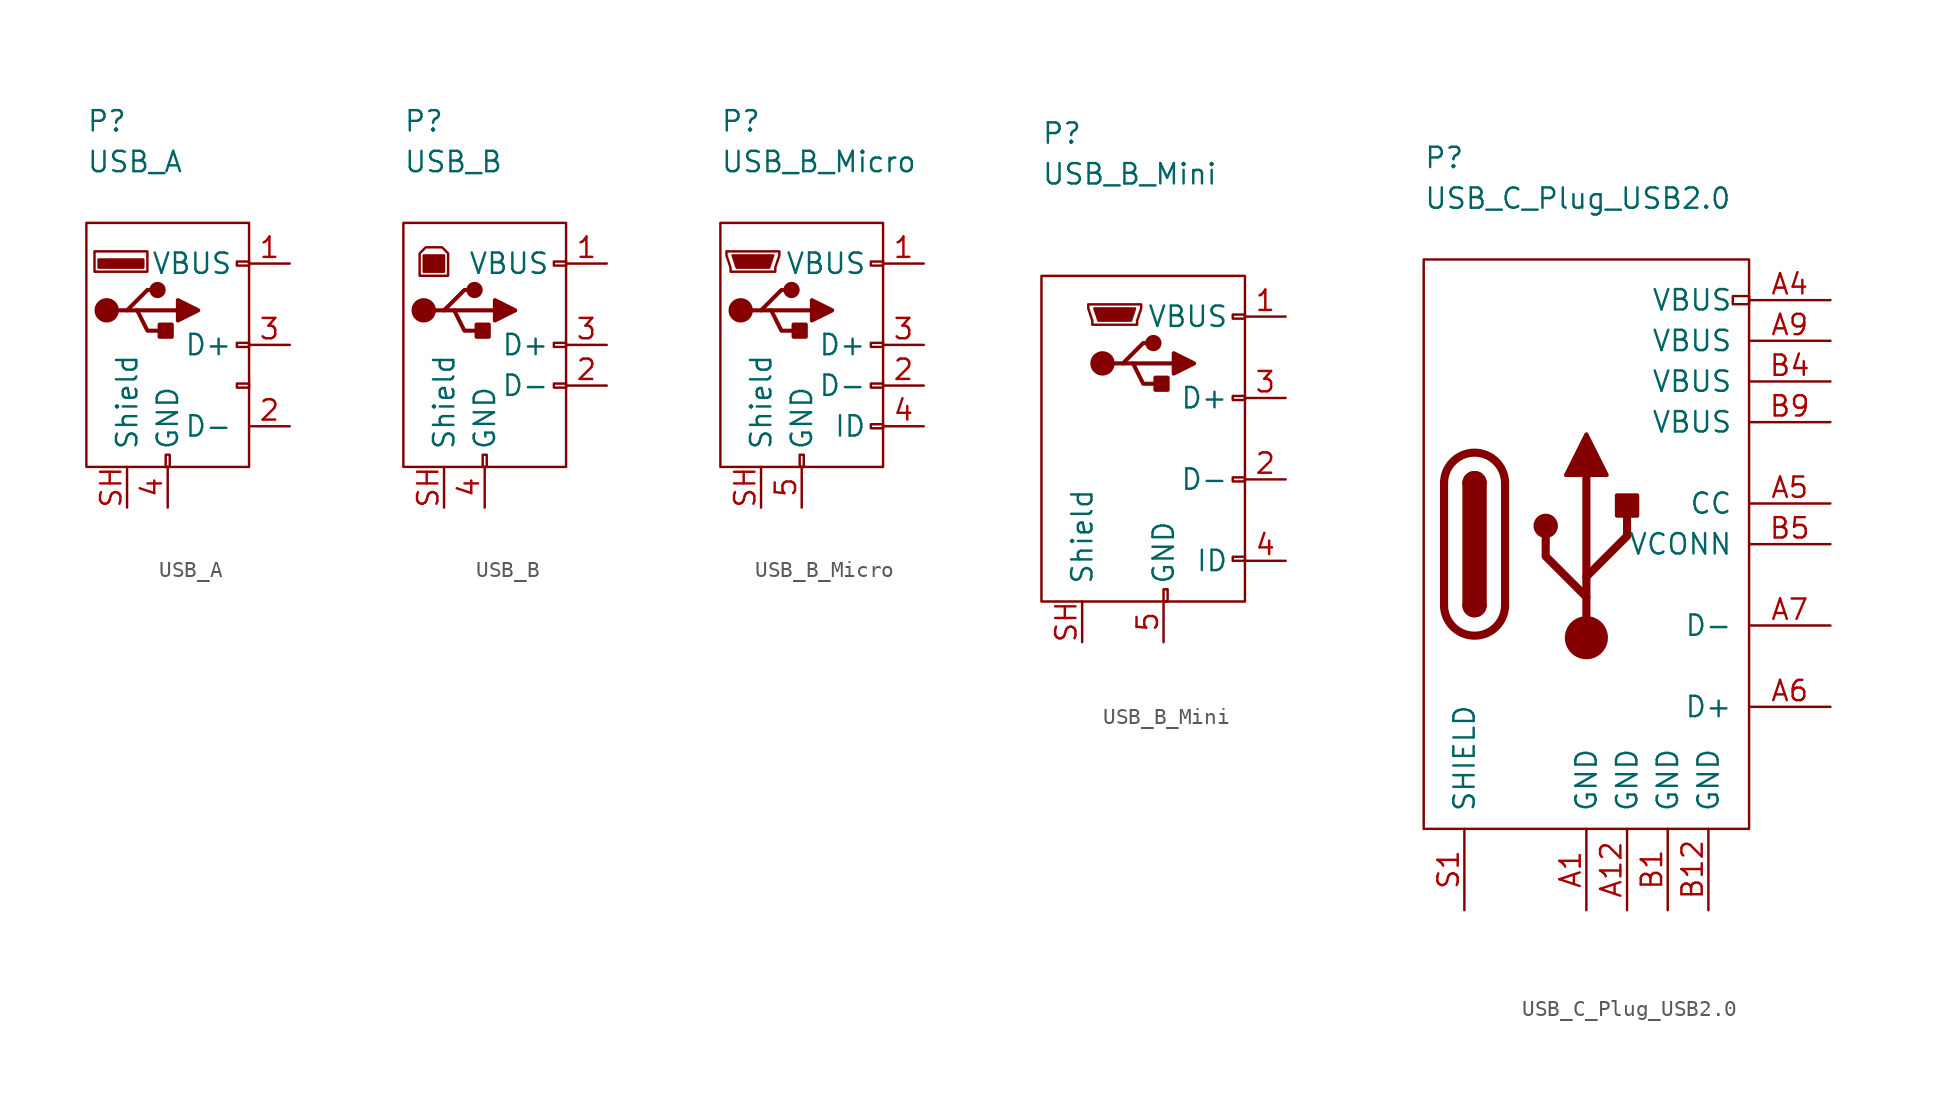
<source format=kicad_sym>
(kicad_symbol_lib
  (version 20211014)
  (generator kicad_symbol_editor)
  (symbol "USB_A"
    (pin_names
      (offset 1.016))
    (property "Reference" "P"
      (at 0 6.35 0)
      (effects (font (size 1.27 1.27)) (justify left)))
    (property "Value" "USB_A"
      (at 0 3.81 0)
      (effects (font (size 1.27 1.27)) (justify left)))
    (symbol "USB_A_0_1"
      (rectangle (start 0 -15.24) (end 10.16 0) (stroke (width 0.152) (type default) (color 0 0 0 0)) (fill (type none)))
      (polyline (pts (xy 1.905 -5.461) (xy 2.54 -5.461) (xy 3.81 -4.191) (xy 4.445 -4.191)) (stroke (width 0.254) (type default) (color 0 0 0 0)) (fill (type none)))
      (polyline (pts (xy 2.54 -5.461) (xy 3.175 -5.461) (xy 3.81 -6.731) (xy 5.08 -6.731)) (stroke (width 0.254) (type default) (color 0 0 0 0)) (fill (type none)))
      (polyline (pts (xy 5.715 -4.826) (xy 5.715 -6.096) (xy 6.985 -5.461) (xy 5.715 -4.826)) (stroke (width 0.254) (type default) (color 0 0 0 0)) (fill (type outline)))
      (circle (center 1.27 -5.461) (radius 0.635) (stroke (width 0.254) (type default) (color 0 0 0 0)) (fill (type outline)))
      (rectangle (start 3.556 -2.794) (end 0.762 -2.286) (stroke (width 0) (type default) (color 0 0 0 0)) (fill (type outline)))
      (rectangle (start 3.81 -3.048) (end 0.508 -1.778) (stroke (width 0) (type default) (color 0 0 0 0)) (fill (type none)))
      (circle (center 4.445 -4.191) (radius 0.381) (stroke (width 0.254) (type default) (color 0 0 0 0)) (fill (type outline)))
      (rectangle (start 4.953 -15.24) (end 5.207 -14.478) (stroke (width 0) (type default) (color 0 0 0 0)) (fill (type none)))
      (rectangle (start 5.334 -6.35) (end 4.572 -7.112) (stroke (width 0.254) (type default) (color 0 0 0 0)) (fill (type outline)))
      (rectangle (start 10.16 -10.287) (end 9.398 -10.033) (stroke (width 0) (type default) (color 0 0 0 0)) (fill (type none)))
      (rectangle (start 10.16 -7.747) (end 9.398 -7.493) (stroke (width 0) (type default) (color 0 0 0 0)) (fill (type none)))
      (rectangle (start 10.16 -2.667) (end 9.398 -2.413) (stroke (width 0) (type default) (color 0 0 0 0)) (fill (type none))))
    (symbol "USB_A_1_1"
      (polyline (pts (xy 3.175 -5.461) (xy 5.715 -5.461)) (stroke (width 0.254) (type default) (color 0 0 0 0)) (fill (type none)))
      (pin passive line (at 12.7 -2.54 180) (length 2.54) (name "VBUS" (effects (font (size 1.27 1.27)))) (number "1" (effects (font (size 1.27 1.27)))))
      (pin bidirectional line (at 12.7 -12.7 180) (length 2.54) (name "D-" (effects (font (size 1.27 1.27)))) (number "2" (effects (font (size 1.27 1.27)))))
      (pin bidirectional line (at 12.7 -7.62 180) (length 2.54) (name "D+" (effects (font (size 1.27 1.27)))) (number "3" (effects (font (size 1.27 1.27)))))
      (pin power_in line (at 5.08 -17.78 90) (length 2.54) (name "GND" (effects (font (size 1.27 1.27)))) (number "4" (effects (font (size 1.27 1.27)))))
      (pin passive line (at 2.54 -17.78 90) (length 2.54) (name "Shield" (effects (font (size 1.27 1.27)))) (number "SH" (effects (font (size 1.27 1.27)))))))
  (symbol "USB_B"
    (pin_names
      (offset 1.016))
    (property "Reference" "P"
      (at 0 6.35 0)
      (effects (font (size 1.27 1.27)) (justify left)))
    (property "Value" "USB_B"
      (at 0 3.81 0)
      (effects (font (size 1.27 1.27)) (justify left)))
    (symbol "USB_B_0_1"
      (rectangle (start 0 -15.24) (end 10.16 0) (stroke (width 0.152) (type default) (color 0 0 0 0)) (fill (type none)))
      (polyline (pts (xy 3.175 -5.461) (xy 5.715 -5.461)) (stroke (width 0.254) (type default) (color 0 0 0 0)) (fill (type none)))
      (polyline (pts (xy 1.905 -5.461) (xy 2.54 -5.461) (xy 3.81 -4.191) (xy 4.445 -4.191)) (stroke (width 0.254) (type default) (color 0 0 0 0)) (fill (type none)))
      (polyline (pts (xy 2.54 -5.461) (xy 3.175 -5.461) (xy 3.81 -6.731) (xy 5.08 -6.731)) (stroke (width 0.254) (type default) (color 0 0 0 0)) (fill (type none)))
      (polyline (pts (xy 5.715 -4.826) (xy 5.715 -6.096) (xy 6.985 -5.461) (xy 5.715 -4.826)) (stroke (width 0.254) (type default) (color 0 0 0 0)) (fill (type outline)))
      (polyline (pts (xy 1.016 -3.302) (xy 2.794 -3.302) (xy 2.794 -1.905) (xy 2.413 -1.524) (xy 1.397 -1.524) (xy 1.016 -1.905) (xy 1.016 -3.302)) (stroke (width 0) (type default) (color 0 0 0 0)) (fill (type none)))
      (circle (center 1.27 -5.461) (radius 0.635) (stroke (width 0.254) (type default) (color 0 0 0 0)) (fill (type outline)))
      (rectangle (start 1.27 -2.032) (end 2.54 -3.048) (stroke (width 0) (type default) (color 0 0 0 0)) (fill (type outline)))
      (circle (center 4.445 -4.191) (radius 0.381) (stroke (width 0.254) (type default) (color 0 0 0 0)) (fill (type outline)))
      (rectangle (start 4.953 -15.24) (end 5.207 -14.478) (stroke (width 0) (type default) (color 0 0 0 0)) (fill (type none)))
      (rectangle (start 5.334 -6.35) (end 4.572 -7.112) (stroke (width 0.254) (type default) (color 0 0 0 0)) (fill (type outline)))
      (rectangle (start 10.16 -10.287) (end 9.398 -10.033) (stroke (width 0) (type default) (color 0 0 0 0)) (fill (type none)))
      (rectangle (start 10.16 -7.747) (end 9.398 -7.493) (stroke (width 0) (type default) (color 0 0 0 0)) (fill (type none)))
      (rectangle (start 10.16 -2.667) (end 9.398 -2.413) (stroke (width 0) (type default) (color 0 0 0 0)) (fill (type none))))
    (symbol "USB_B_1_1"
      (pin power_out line (at 12.7 -2.54 180) (length 2.54) (name "VBUS" (effects (font (size 1.27 1.27)))) (number "1" (effects (font (size 1.27 1.27)))))
      (pin bidirectional line (at 12.7 -10.16 180) (length 2.54) (name "D-" (effects (font (size 1.27 1.27)))) (number "2" (effects (font (size 1.27 1.27)))))
      (pin bidirectional line (at 12.7 -7.62 180) (length 2.54) (name "D+" (effects (font (size 1.27 1.27)))) (number "3" (effects (font (size 1.27 1.27)))))
      (pin power_out line (at 5.08 -17.78 90) (length 2.54) (name "GND" (effects (font (size 1.27 1.27)))) (number "4" (effects (font (size 1.27 1.27)))))
      (pin passive line (at 2.54 -17.78 90) (length 2.54) (name "Shield" (effects (font (size 1.27 1.27)))) (number "SH" (effects (font (size 1.27 1.27)))))))
  (symbol "USB_B_Micro"
    (pin_names
      (offset 1.016))
    (property "Reference" "P"
      (at 0 6.35 0)
      (effects (font (size 1.27 1.27)) (justify left)))
    (property "Value" "USB_B_Micro"
      (at 0 3.81 0)
      (effects (font (size 1.27 1.27)) (justify left)))
    (symbol "USB_B_Micro_0_1"
      (rectangle (start 0 -15.24) (end 10.16 0) (stroke (width 0.152) (type default) (color 0 0 0 0)) (fill (type none)))
      (polyline (pts (xy 3.175 -5.461) (xy 5.715 -5.461)) (stroke (width 0.254) (type default) (color 0 0 0 0)) (fill (type none)))
      (polyline (pts (xy 1.905 -5.461) (xy 2.54 -5.461) (xy 3.81 -4.191) (xy 4.445 -4.191)) (stroke (width 0.254) (type default) (color 0 0 0 0)) (fill (type none)))
      (polyline (pts (xy 2.54 -5.461) (xy 3.175 -5.461) (xy 3.81 -6.731) (xy 5.08 -6.731)) (stroke (width 0.254) (type default) (color 0 0 0 0)) (fill (type none)))
      (polyline (pts (xy 5.715 -4.826) (xy 5.715 -6.096) (xy 6.985 -5.461) (xy 5.715 -4.826)) (stroke (width 0.254) (type default) (color 0 0 0 0)) (fill (type outline)))
      (polyline (pts (xy 0.762 -2.032) (xy 3.302 -2.032) (xy 3.048 -2.794) (xy 1.016 -2.794) (xy 0.762 -2.032)) (stroke (width 0) (type default) (color 0 0 0 0)) (fill (type outline)))
      (polyline (pts (xy 0.381 -1.778) (xy 0.381 -2.032) (xy 0.635 -2.794) (xy 0.635 -3.048) (xy 3.429 -3.048) (xy 3.429 -2.794) (xy 3.683 -2.032) (xy 3.683 -1.778) (xy 0.381 -1.778)) (stroke (width 0) (type default) (color 0 0 0 0)) (fill (type none)))
      (circle (center 1.27 -5.461) (radius 0.635) (stroke (width 0.254) (type default) (color 0 0 0 0)) (fill (type outline)))
      (circle (center 4.445 -4.191) (radius 0.381) (stroke (width 0.254) (type default) (color 0 0 0 0)) (fill (type outline)))
      (rectangle (start 4.953 -15.24) (end 5.207 -14.478) (stroke (width 0) (type default) (color 0 0 0 0)) (fill (type none)))
      (rectangle (start 5.334 -6.35) (end 4.572 -7.112) (stroke (width 0.254) (type default) (color 0 0 0 0)) (fill (type outline)))
      (rectangle (start 10.16 -12.827) (end 9.398 -12.573) (stroke (width 0) (type default) (color 0 0 0 0)) (fill (type none)))
      (rectangle (start 10.16 -10.287) (end 9.398 -10.033) (stroke (width 0) (type default) (color 0 0 0 0)) (fill (type none)))
      (rectangle (start 10.16 -7.747) (end 9.398 -7.493) (stroke (width 0) (type default) (color 0 0 0 0)) (fill (type none)))
      (rectangle (start 10.16 -2.667) (end 9.398 -2.413) (stroke (width 0) (type default) (color 0 0 0 0)) (fill (type none))))
    (symbol "USB_B_Micro_1_1"
      (pin power_out line (at 12.7 -2.54 180) (length 2.54) (name "VBUS" (effects (font (size 1.27 1.27)))) (number "1" (effects (font (size 1.27 1.27)))))
      (pin bidirectional line (at 12.7 -10.16 180) (length 2.54) (name "D-" (effects (font (size 1.27 1.27)))) (number "2" (effects (font (size 1.27 1.27)))))
      (pin bidirectional line (at 12.7 -7.62 180) (length 2.54) (name "D+" (effects (font (size 1.27 1.27)))) (number "3" (effects (font (size 1.27 1.27)))))
      (pin passive line (at 12.7 -12.7 180) (length 2.54) (name "ID" (effects (font (size 1.27 1.27)))) (number "4" (effects (font (size 1.27 1.27)))))
      (pin power_out line (at 5.08 -17.78 90) (length 2.54) (name "GND" (effects (font (size 1.27 1.27)))) (number "5" (effects (font (size 1.27 1.27)))))
      (pin passive line (at 2.54 -17.78 90) (length 2.54) (name "Shield" (effects (font (size 1.27 1.27)))) (number "SH" (effects (font (size 1.27 1.27)))))))
  (symbol "USB_B_Mini"
    (pin_names
      (offset 1.016))
    (property "Reference" "P"
      (at 0 8.89 0)
      (effects (font (size 1.27 1.27)) (justify left)))
    (property "Value" "USB_B_Mini"
      (at 0 6.35 0)
      (effects (font (size 1.27 1.27)) (justify left)))
    (symbol "USB_B_Mini_0_1"
      (polyline (pts (xy 5.715 -5.461) (xy 8.255 -5.461)) (stroke (width 0.254) (type default) (color 0 0 0 0)) (fill (type none)))
      (polyline (pts (xy 4.445 -5.461) (xy 5.08 -5.461) (xy 6.35 -4.191) (xy 6.985 -4.191)) (stroke (width 0.254) (type default) (color 0 0 0 0)) (fill (type none)))
      (polyline (pts (xy 5.08 -5.461) (xy 5.715 -5.461) (xy 6.35 -6.731) (xy 7.62 -6.731)) (stroke (width 0.254) (type default) (color 0 0 0 0)) (fill (type none)))
      (polyline (pts (xy 8.255 -4.826) (xy 8.255 -6.096) (xy 9.525 -5.461) (xy 8.255 -4.826)) (stroke (width 0.254) (type default) (color 0 0 0 0)) (fill (type outline)))
      (polyline (pts (xy 3.302 -2.032) (xy 5.842 -2.032) (xy 5.588 -2.794) (xy 3.556 -2.794) (xy 3.302 -2.032)) (stroke (width 0) (type default) (color 0 0 0 0)) (fill (type outline)))
      (polyline (pts (xy 2.921 -1.778) (xy 2.921 -2.032) (xy 3.175 -2.794) (xy 3.175 -3.048) (xy 5.969 -3.048) (xy 5.969 -2.794) (xy 6.223 -2.032) (xy 6.223 -1.778) (xy 2.921 -1.778)) (stroke (width 0) (type default) (color 0 0 0 0)) (fill (type none)))
      (rectangle (start 0 0) (end 12.7 -20.32) (stroke (width 0.152) (type default) (color 0 0 0 0)) (fill (type none)))
      (circle (center 3.81 -5.461) (radius 0.635) (stroke (width 0.254) (type default) (color 0 0 0 0)) (fill (type outline)))
      (circle (center 6.985 -4.191) (radius 0.381) (stroke (width 0.254) (type default) (color 0 0 0 0)) (fill (type outline)))
      (rectangle (start 7.62 -20.32) (end 7.874 -19.558) (stroke (width 0) (type default) (color 0 0 0 0)) (fill (type none)))
      (rectangle (start 7.874 -6.35) (end 7.112 -7.112) (stroke (width 0.254) (type default) (color 0 0 0 0)) (fill (type outline)))
      (rectangle (start 12.7 -17.78) (end 11.938 -17.526) (stroke (width 0) (type default) (color 0 0 0 0)) (fill (type none)))
      (rectangle (start 12.7 -12.827) (end 11.938 -12.573) (stroke (width 0) (type default) (color 0 0 0 0)) (fill (type none)))
      (rectangle (start 12.7 -7.747) (end 11.938 -7.493) (stroke (width 0) (type default) (color 0 0 0 0)) (fill (type none)))
      (rectangle (start 12.7 -2.667) (end 11.938 -2.413) (stroke (width 0) (type default) (color 0 0 0 0)) (fill (type none))))
    (symbol "USB_B_Mini_1_1"
      (pin power_out line (at 15.24 -2.54 180) (length 2.54) (name "VBUS" (effects (font (size 1.27 1.27)))) (number "1" (effects (font (size 1.27 1.27)))))
      (pin bidirectional line (at 15.24 -12.7 180) (length 2.54) (name "D-" (effects (font (size 1.27 1.27)))) (number "2" (effects (font (size 1.27 1.27)))))
      (pin bidirectional line (at 15.24 -7.62 180) (length 2.54) (name "D+" (effects (font (size 1.27 1.27)))) (number "3" (effects (font (size 1.27 1.27)))))
      (pin passive line (at 15.24 -17.78 180) (length 2.54) (name "ID" (effects (font (size 1.27 1.27)))) (number "4" (effects (font (size 1.27 1.27)))))
      (pin power_out line (at 7.62 -22.86 90) (length 2.54) (name "GND" (effects (font (size 1.27 1.27)))) (number "5" (effects (font (size 1.27 1.27)))))
      (pin passive line (at 2.54 -22.86 90) (length 2.54) (name "Shield" (effects (font (size 1.27 1.27)))) (number "SH" (effects (font (size 1.27 1.27)))))))
  (symbol "USB_C_Plug_USB2.0"
    (pin_names
      (offset 1.016))
    (property "Reference" "P"
      (at 0 6.35 0)
      (effects (font (size 1.27 1.27)) (justify left)))
    (property "Value" "USB_C_Plug_USB2.0"
      (at 0 3.81 0)
      (effects (font (size 1.27 1.27)) (justify left)))
    (symbol "USB_C_Plug_USB2.0_0_0"
      (rectangle (start 20.32 -2.286) (end 19.304 -2.794) (stroke (width 0) (type default) (color 0 0 0 0)) (fill (type none))))
    (symbol "USB_C_Plug_USB2.0_0_1"
      (polyline (pts (xy 1.27 -21.59) (xy 1.27 -13.97)) (stroke (width 0.508) (type default) (color 0 0 0 0)) (fill (type none)))
      (polyline (pts (xy 5.08 -13.97) (xy 5.08 -21.59)) (stroke (width 0.508) (type default) (color 0 0 0 0)) (fill (type none)))
      (polyline (pts (xy 10.16 -23.622) (xy 10.16 -13.462)) (stroke (width 0.508) (type default) (color 0 0 0 0)) (fill (type none)))
      (polyline (pts (xy 10.16 -21.082) (xy 7.62 -18.542) (xy 7.62 -17.272)) (stroke (width 0.508) (type default) (color 0 0 0 0)) (fill (type none)))
      (polyline (pts (xy 10.16 -19.812) (xy 12.7 -17.272) (xy 12.7 -16.002)) (stroke (width 0.508) (type default) (color 0 0 0 0)) (fill (type none)))
      (polyline (pts (xy 8.89 -13.462) (xy 10.16 -10.922) (xy 11.43 -13.462) (xy 8.89 -13.462)) (stroke (width 0.254) (type default) (color 0 0 0 0)) (fill (type outline)))
      (rectangle (start 0 0) (end 20.32 -35.56) (stroke (width 0.152) (type default) (color 0 0 0 0)) (fill (type none)))
      (arc (start 1.27 -21.59) (mid 3.175 -23.495) (end 5.08 -21.59) (stroke (width 0.508) (type default) (color 0 0 0 0)) (fill (type none)))
      (arc (start 2.54 -21.59) (mid 3.175 -22.225) (end 3.81 -21.59) (stroke (width 0.254) (type default) (color 0 0 0 0)) (fill (type none)))
      (arc (start 2.54 -21.59) (mid 3.175 -22.225) (end 3.81 -21.59) (stroke (width 0.254) (type default) (color 0 0 0 0)) (fill (type outline)))
      (rectangle (start 2.54 -21.59) (end 3.81 -13.97) (stroke (width 0.254) (type default) (color 0 0 0 0)) (fill (type outline)))
      (arc (start 3.81 -13.97) (mid 3.175 -13.335) (end 2.54 -13.97) (stroke (width 0.254) (type default) (color 0 0 0 0)) (fill (type none)))
      (arc (start 3.81 -13.97) (mid 3.175 -13.335) (end 2.54 -13.97) (stroke (width 0.254) (type default) (color 0 0 0 0)) (fill (type outline)))
      (arc (start 5.08 -13.97) (mid 3.175 -12.065) (end 1.27 -13.97) (stroke (width 0.508) (type default) (color 0 0 0 0)) (fill (type none)))
      (circle (center 7.62 -16.637) (radius 0.635) (stroke (width 0.254) (type default) (color 0 0 0 0)) (fill (type outline)))
      (circle (center 10.16 -23.622) (radius 1.27) (stroke (width 0) (type default) (color 0 0 0 0)) (fill (type outline)))
      (rectangle (start 12.065 -16.002) (end 13.335 -14.732) (stroke (width 0.254) (type default) (color 0 0 0 0)) (fill (type outline))))
    (symbol "USB_C_Plug_USB2.0_1_1"
      (pin passive line (at 10.16 -40.64 90) (length 5.08) (name "GND" (effects (font (size 1.27 1.27)))) (number "A1" (effects (font (size 1.27 1.27)))))
      (pin passive line (at 12.7 -40.64 90) (length 5.08) (name "GND" (effects (font (size 1.27 1.27)))) (number "A12" (effects (font (size 1.27 1.27)))))
      (pin passive line (at 25.4 -2.54 180) (length 5.08) (name "VBUS" (effects (font (size 1.27 1.27)))) (number "A4" (effects (font (size 1.27 1.27)))))
      (pin bidirectional line (at 25.4 -15.24 180) (length 5.08) (name "CC" (effects (font (size 1.27 1.27)))) (number "A5" (effects (font (size 1.27 1.27)))))
      (pin bidirectional line (at 25.4 -27.94 180) (length 5.08) (name "D+" (effects (font (size 1.27 1.27)))) (number "A6" (effects (font (size 1.27 1.27)))))
      (pin bidirectional line (at 25.4 -22.86 180) (length 5.08) (name "D-" (effects (font (size 1.27 1.27)))) (number "A7" (effects (font (size 1.27 1.27)))))
      (pin passive line (at 25.4 -5.08 180) (length 5.08) (name "VBUS" (effects (font (size 1.27 1.27)))) (number "A9" (effects (font (size 1.27 1.27)))))
      (pin passive line (at 15.24 -40.64 90) (length 5.08) (name "GND" (effects (font (size 1.27 1.27)))) (number "B1" (effects (font (size 1.27 1.27)))))
      (pin passive line (at 17.78 -40.64 90) (length 5.08) (name "GND" (effects (font (size 1.27 1.27)))) (number "B12" (effects (font (size 1.27 1.27)))))
      (pin passive line (at 25.4 -7.62 180) (length 5.08) (name "VBUS" (effects (font (size 1.27 1.27)))) (number "B4" (effects (font (size 1.27 1.27)))))
      (pin bidirectional line (at 25.4 -17.78 180) (length 5.08) (name "VCONN" (effects (font (size 1.27 1.27)))) (number "B5" (effects (font (size 1.27 1.27)))))
      (pin passive line (at 25.4 -10.16 180) (length 5.08) (name "VBUS" (effects (font (size 1.27 1.27)))) (number "B9" (effects (font (size 1.27 1.27)))))
      (pin passive line (at 2.54 -40.64 90) (length 5.08) (name "SHIELD" (effects (font (size 1.27 1.27)))) (number "S1" (effects (font (size 1.27 1.27))))))))
</source>
